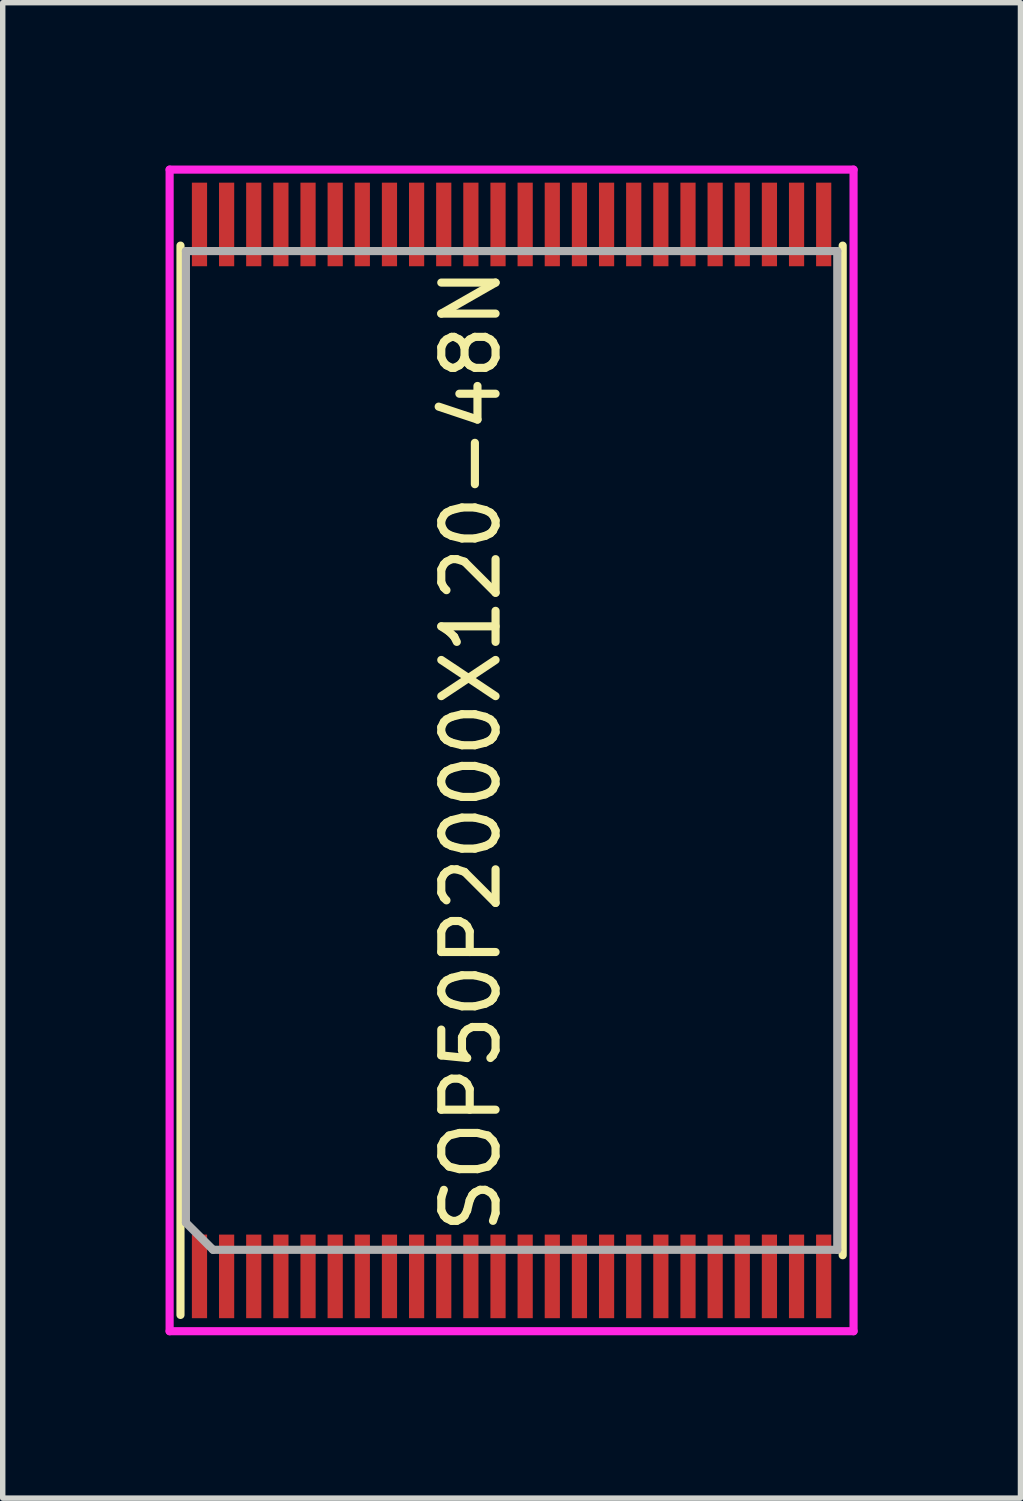
<source format=kicad_pcb>
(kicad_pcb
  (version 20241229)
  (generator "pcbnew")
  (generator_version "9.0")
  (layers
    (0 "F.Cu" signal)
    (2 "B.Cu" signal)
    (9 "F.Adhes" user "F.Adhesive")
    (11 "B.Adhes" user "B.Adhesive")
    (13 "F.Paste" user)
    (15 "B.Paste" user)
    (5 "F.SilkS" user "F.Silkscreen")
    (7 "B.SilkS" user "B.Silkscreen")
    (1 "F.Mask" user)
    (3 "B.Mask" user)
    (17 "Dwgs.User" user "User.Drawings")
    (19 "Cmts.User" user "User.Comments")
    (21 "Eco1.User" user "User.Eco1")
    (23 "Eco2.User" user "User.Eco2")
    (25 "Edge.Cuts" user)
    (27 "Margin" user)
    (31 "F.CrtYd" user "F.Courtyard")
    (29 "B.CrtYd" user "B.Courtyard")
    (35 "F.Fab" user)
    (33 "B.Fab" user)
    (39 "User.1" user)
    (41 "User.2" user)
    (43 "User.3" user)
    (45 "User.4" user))
  (footprint "SOP50P2000X120-48N"
    (layer "F.Cu")
    (at 6.375 10.775)
    (property "Reference" "SOP50P2000X120-48N" (at -0.75 0 90) (layer "F.SilkS") (effects (font (size 1 1) (thickness 0.15))))
    (attr through_hole)
    (fp_line (start -6.1 -9.3) (end -6.1 10.4) (stroke (width 0.15) (type solid)) (layer "F.SilkS"))
    (fp_line (start 6.1 -9.3) (end 6.1 9.3) (stroke (width 0.15) (type solid)) (layer "F.SilkS"))
    (fp_line (start -6.3 -10.7) (end 6.3 -10.7) (stroke (width 0.15) (type solid)) (layer "F.CrtYd"))
    (fp_line (start -6.3 10.7) (end -6.3 -10.7) (stroke (width 0.15) (type solid)) (layer "F.CrtYd"))
    (fp_line (start 6.3 -10.7) (end 6.3 10.7) (stroke (width 0.15) (type solid)) (layer "F.CrtYd"))
    (fp_line (start 6.3 10.7) (end -6.3 10.7) (stroke (width 0.15) (type solid)) (layer "F.CrtYd"))
    (fp_line (start -6 -9.2) (end 6 -9.2) (stroke (width 0.15) (type solid)) (layer "F.Fab"))
    (fp_line (start -6 8.7) (end -6 -9.2) (stroke (width 0.15) (type solid)) (layer "F.Fab"))
    (fp_line (start -5.5 9.2) (end -6 8.7) (stroke (width 0.15) (type solid)) (layer "F.Fab"))
    (fp_line (start 6 -9.2) (end 6 9.2) (stroke (width 0.15) (type solid)) (layer "F.Fab"))
    (fp_line (start 6 9.2) (end -5.5 9.2) (stroke (width 0.15) (type solid)) (layer "F.Fab"))
    (pad "1" smd rect (at -5.75 9.69) (size 0.28 1.54) (layers "F.Cu" "F.Mask" "F.Paste"))
    (pad "2" smd rect (at -5.25 9.69) (size 0.28 1.54) (layers "F.Cu" "F.Mask" "F.Paste"))
    (pad "3" smd rect (at -4.75 9.69) (size 0.28 1.54) (layers "F.Cu" "F.Mask" "F.Paste"))
    (pad "4" smd rect (at -4.25 9.69) (size 0.28 1.54) (layers "F.Cu" "F.Mask" "F.Paste"))
    (pad "5" smd rect (at -3.75 9.69) (size 0.28 1.54) (layers "F.Cu" "F.Mask" "F.Paste"))
    (pad "6" smd rect (at -3.25 9.69) (size 0.28 1.54) (layers "F.Cu" "F.Mask" "F.Paste"))
    (pad "7" smd rect (at -2.75 9.69) (size 0.28 1.54) (layers "F.Cu" "F.Mask" "F.Paste"))
    (pad "8" smd rect (at -2.25 9.69) (size 0.28 1.54) (layers "F.Cu" "F.Mask" "F.Paste"))
    (pad "9" smd rect (at -1.75 9.69) (size 0.28 1.54) (layers "F.Cu" "F.Mask" "F.Paste"))
    (pad "10" smd rect (at -1.25 9.69) (size 0.28 1.54) (layers "F.Cu" "F.Mask" "F.Paste"))
    (pad "11" smd rect (at -0.75 9.69) (size 0.28 1.54) (layers "F.Cu" "F.Mask" "F.Paste"))
    (pad "12" smd rect (at -0.25 9.69) (size 0.28 1.54) (layers "F.Cu" "F.Mask" "F.Paste"))
    (pad "13" smd rect (at 0.25 9.69) (size 0.28 1.54) (layers "F.Cu" "F.Mask" "F.Paste"))
    (pad "14" smd rect (at 0.75 9.69) (size 0.28 1.54) (layers "F.Cu" "F.Mask" "F.Paste"))
    (pad "15" smd rect (at 1.25 9.69) (size 0.28 1.54) (layers "F.Cu" "F.Mask" "F.Paste"))
    (pad "16" smd rect (at 1.75 9.69) (size 0.28 1.54) (layers "F.Cu" "F.Mask" "F.Paste"))
    (pad "17" smd rect (at 2.25 9.69) (size 0.28 1.54) (layers "F.Cu" "F.Mask" "F.Paste"))
    (pad "18" smd rect (at 2.75 9.69) (size 0.28 1.54) (layers "F.Cu" "F.Mask" "F.Paste"))
    (pad "19" smd rect (at 3.25 9.69) (size 0.28 1.54) (layers "F.Cu" "F.Mask" "F.Paste"))
    (pad "20" smd rect (at 3.75 9.69) (size 0.28 1.54) (layers "F.Cu" "F.Mask" "F.Paste"))
    (pad "21" smd rect (at 4.25 9.69) (size 0.28 1.54) (layers "F.Cu" "F.Mask" "F.Paste"))
    (pad "22" smd rect (at 4.75 9.69) (size 0.28 1.54) (layers "F.Cu" "F.Mask" "F.Paste"))
    (pad "23" smd rect (at 5.25 9.69) (size 0.28 1.54) (layers "F.Cu" "F.Mask" "F.Paste"))
    (pad "24" smd rect (at 5.75 9.69) (size 0.28 1.54) (layers "F.Cu" "F.Mask" "F.Paste"))
    (pad "25" smd rect (at 5.75 -9.69) (size 0.28 1.54) (layers "F.Cu" "F.Mask" "F.Paste"))
    (pad "26" smd rect (at 5.25 -9.69) (size 0.28 1.54) (layers "F.Cu" "F.Mask" "F.Paste"))
    (pad "27" smd rect (at 4.75 -9.69) (size 0.28 1.54) (layers "F.Cu" "F.Mask" "F.Paste"))
    (pad "28" smd rect (at 4.25 -9.69) (size 0.28 1.54) (layers "F.Cu" "F.Mask" "F.Paste"))
    (pad "29" smd rect (at 3.75 -9.69) (size 0.28 1.54) (layers "F.Cu" "F.Mask" "F.Paste"))
    (pad "30" smd rect (at 3.25 -9.69) (size 0.28 1.54) (layers "F.Cu" "F.Mask" "F.Paste"))
    (pad "31" smd rect (at 2.75 -9.69) (size 0.28 1.54) (layers "F.Cu" "F.Mask" "F.Paste"))
    (pad "32" smd rect (at 2.25 -9.69) (size 0.28 1.54) (layers "F.Cu" "F.Mask" "F.Paste"))
    (pad "33" smd rect (at 1.75 -9.69) (size 0.28 1.54) (layers "F.Cu" "F.Mask" "F.Paste"))
    (pad "34" smd rect (at 1.25 -9.69) (size 0.28 1.54) (layers "F.Cu" "F.Mask" "F.Paste"))
    (pad "35" smd rect (at 0.75 -9.69) (size 0.28 1.54) (layers "F.Cu" "F.Mask" "F.Paste"))
    (pad "36" smd rect (at 0.25 -9.69) (size 0.28 1.54) (layers "F.Cu" "F.Mask" "F.Paste"))
    (pad "37" smd rect (at -0.25 -9.69) (size 0.28 1.54) (layers "F.Cu" "F.Mask" "F.Paste"))
    (pad "38" smd rect (at -0.75 -9.69) (size 0.28 1.54) (layers "F.Cu" "F.Mask" "F.Paste"))
    (pad "39" smd rect (at -1.25 -9.69) (size 0.28 1.54) (layers "F.Cu" "F.Mask" "F.Paste"))
    (pad "40" smd rect (at -1.75 -9.69) (size 0.28 1.54) (layers "F.Cu" "F.Mask" "F.Paste"))
    (pad "41" smd rect (at -2.25 -9.69) (size 0.28 1.54) (layers "F.Cu" "F.Mask" "F.Paste"))
    (pad "42" smd rect (at -2.75 -9.69) (size 0.28 1.54) (layers "F.Cu" "F.Mask" "F.Paste"))
    (pad "43" smd rect (at -3.25 -9.69) (size 0.28 1.54) (layers "F.Cu" "F.Mask" "F.Paste"))
    (pad "44" smd rect (at -3.75 -9.69) (size 0.28 1.54) (layers "F.Cu" "F.Mask" "F.Paste"))
    (pad "45" smd rect (at -4.25 -9.69) (size 0.28 1.54) (layers "F.Cu" "F.Mask" "F.Paste"))
    (pad "46" smd rect (at -4.75 -9.69) (size 0.28 1.54) (layers "F.Cu" "F.Mask" "F.Paste"))
    (pad "47" smd rect (at -5.25 -9.69) (size 0.28 1.54) (layers "F.Cu" "F.Mask" "F.Paste"))
    (pad "48" smd rect (at -5.75 -9.69) (size 0.28 1.54) (layers "F.Cu" "F.Mask" "F.Paste")))
  (gr_rect
    (start -3 -3)
    (end 15.75 24.55)
    (stroke (width 0.1) (type default))
    (fill no)
    (layer "Edge.Cuts")))
</source>
